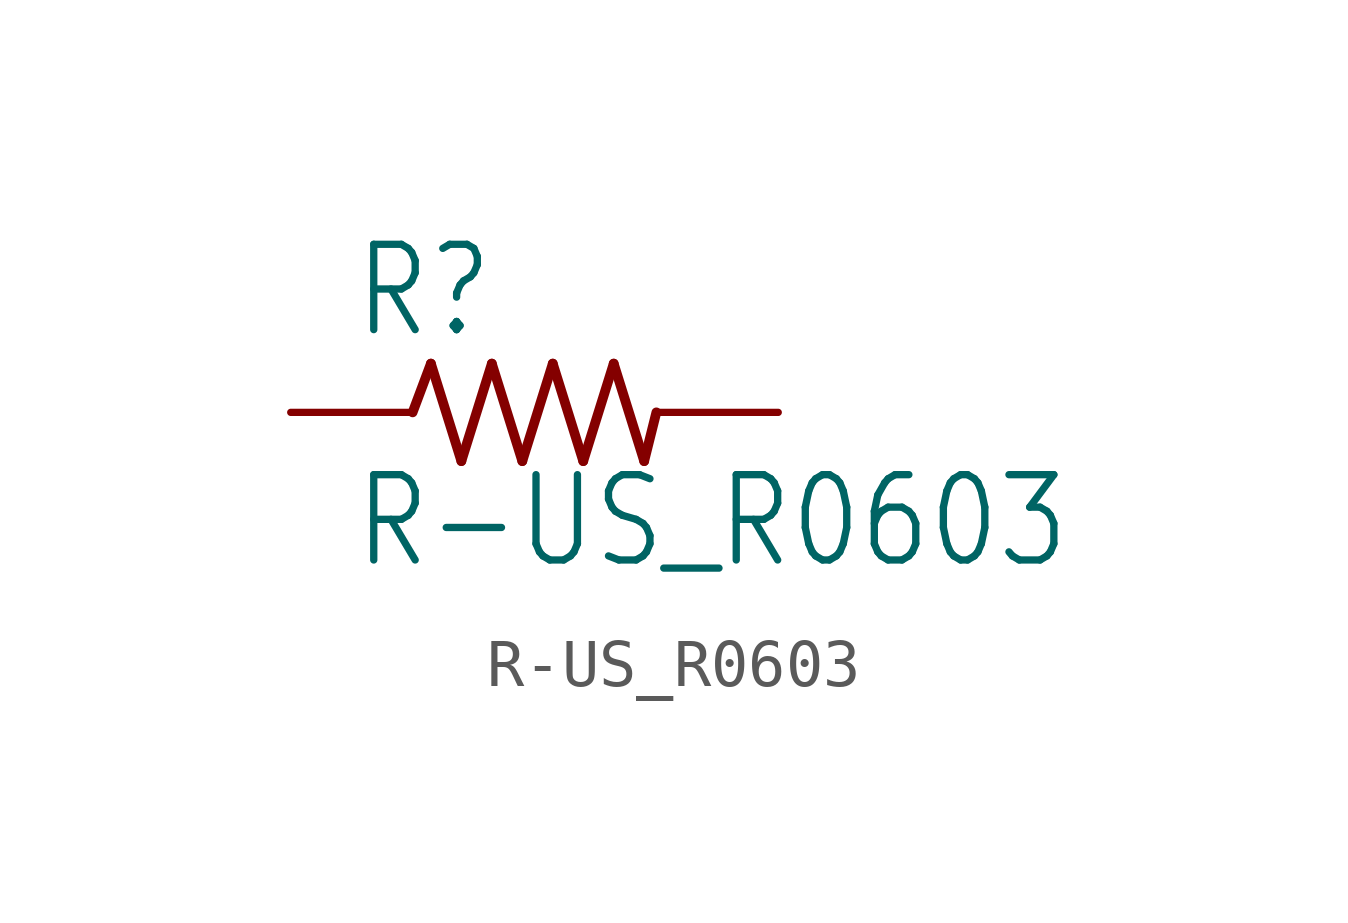
<source format=kicad_sym>
(kicad_symbol_lib
  (version 20201005)
  (generator kicad_symbol_editor)
  (symbol "R-US_R0603"
    (property "Reference" "R"
      (at -3.81 1.499 0)
      (effects (font (size 1.778 1.511)) (justify left bottom)))
    (property "Value" "R-US_R0603"
      (at -3.81 -3.302 0)
      (effects (font (size 1.778 1.511)) (justify left bottom)))
    (property "ki_locked" ""
      (at 0 0 0)
      (effects (font (size 1.27 1.27))))
    (symbol "R-US_R0603_1_0"
      (polyline (pts (xy -2.54 0) (xy -2.159 1.016)) (stroke (width 0.203)) (fill (type none)))
      (polyline (pts (xy -2.159 1.016) (xy -1.524 -1.016)) (stroke (width 0.203)) (fill (type none)))
      (polyline (pts (xy -1.524 -1.016) (xy -0.889 1.016)) (stroke (width 0.203)) (fill (type none)))
      (polyline (pts (xy -0.889 1.016) (xy -0.254 -1.016)) (stroke (width 0.203)) (fill (type none)))
      (polyline (pts (xy -0.254 -1.016) (xy 0.381 1.016)) (stroke (width 0.203)) (fill (type none)))
      (polyline (pts (xy 0.381 1.016) (xy 1.016 -1.016)) (stroke (width 0.203)) (fill (type none)))
      (polyline (pts (xy 1.016 -1.016) (xy 1.651 1.016)) (stroke (width 0.203)) (fill (type none)))
      (polyline (pts (xy 1.651 1.016) (xy 2.286 -1.016)) (stroke (width 0.203)) (fill (type none)))
      (polyline (pts (xy 2.286 -1.016) (xy 2.54 0)) (stroke (width 0.203)) (fill (type none)))
      (pin passive line (at 5.08 0 180) (length 2.54) (name "2" (effects (font (size 0 0)))) (number "2" (effects (font (size 0 0)))))
      (pin passive line (at -5.08 0 0) (length 2.54) (name "1" (effects (font (size 0 0)))) (number "1" (effects (font (size 0 0))))))))
</source>
